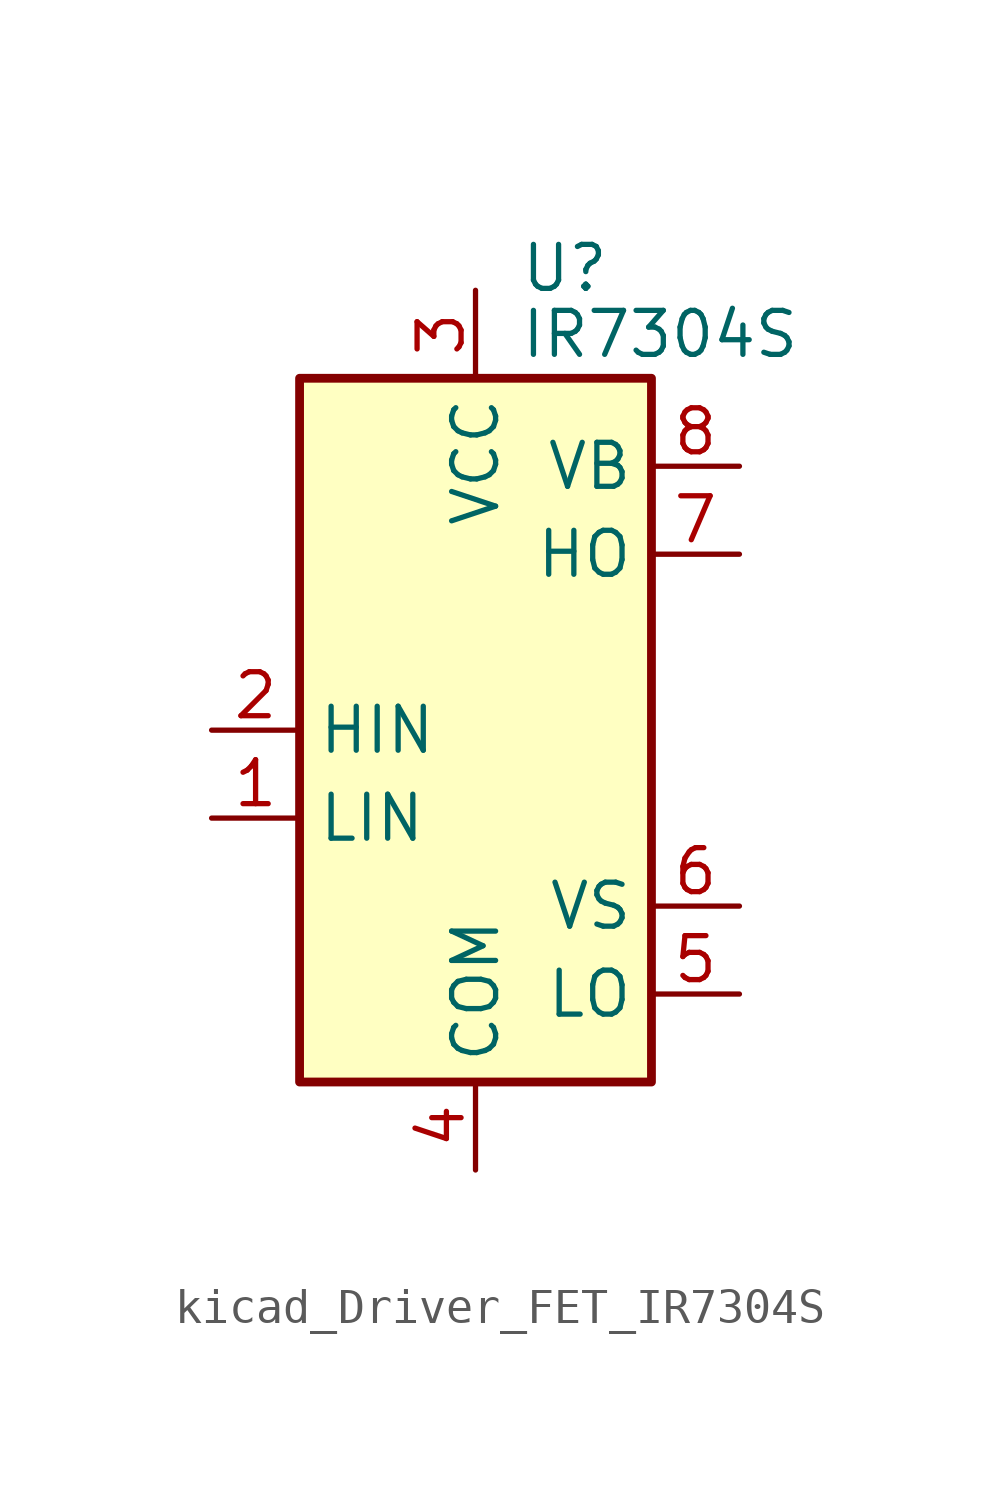
<source format=kicad_sym>
(kicad_symbol_lib
  (version 20220914)
  (generator kicad_symbol_editor)
  (symbol "kicad_Driver_FET_IR7304S"
    (property "Reference" "U"
      (at 1.27 13.335 0)
      (effects (font (size 1.27 1.27)) (justify left)))
    (property "Value" "IR7304S"
      (at 1.27 11.43 0)
      (effects (font (size 1.27 1.27)) (justify left)))
    (symbol "kicad_Driver_FET_IR7304S_0_1"
      (rectangle (start -5.08 -10.16) (end 5.08 10.16) (stroke (width 0.254) (type default)) (fill (type background))))
    (symbol "kicad_Driver_FET_IR7304S_1_1"
      (pin input line (at -7.62 -2.54 0) (length 2.54) (name "LIN" (effects (font (size 1.27 1.27)))) (number "1" (effects (font (size 1.27 1.27)))))
      (pin input line (at -7.62 0 0) (length 2.54) (name "HIN" (effects (font (size 1.27 1.27)))) (number "2" (effects (font (size 1.27 1.27)))))
      (pin power_in line (at 0 12.7 270) (length 2.54) (name "VCC" (effects (font (size 1.27 1.27)))) (number "3" (effects (font (size 1.27 1.27)))))
      (pin power_in line (at 0 -12.7 90) (length 2.54) (name "COM" (effects (font (size 1.27 1.27)))) (number "4" (effects (font (size 1.27 1.27)))))
      (pin output line (at 7.62 -7.62 180) (length 2.54) (name "LO" (effects (font (size 1.27 1.27)))) (number "5" (effects (font (size 1.27 1.27)))))
      (pin passive line (at 7.62 -5.08 180) (length 2.54) (name "VS" (effects (font (size 1.27 1.27)))) (number "6" (effects (font (size 1.27 1.27)))))
      (pin output line (at 7.62 5.08 180) (length 2.54) (name "HO" (effects (font (size 1.27 1.27)))) (number "7" (effects (font (size 1.27 1.27)))))
      (pin passive line (at 7.62 7.62 180) (length 2.54) (name "VB" (effects (font (size 1.27 1.27)))) (number "8" (effects (font (size 1.27 1.27))))))))
</source>
